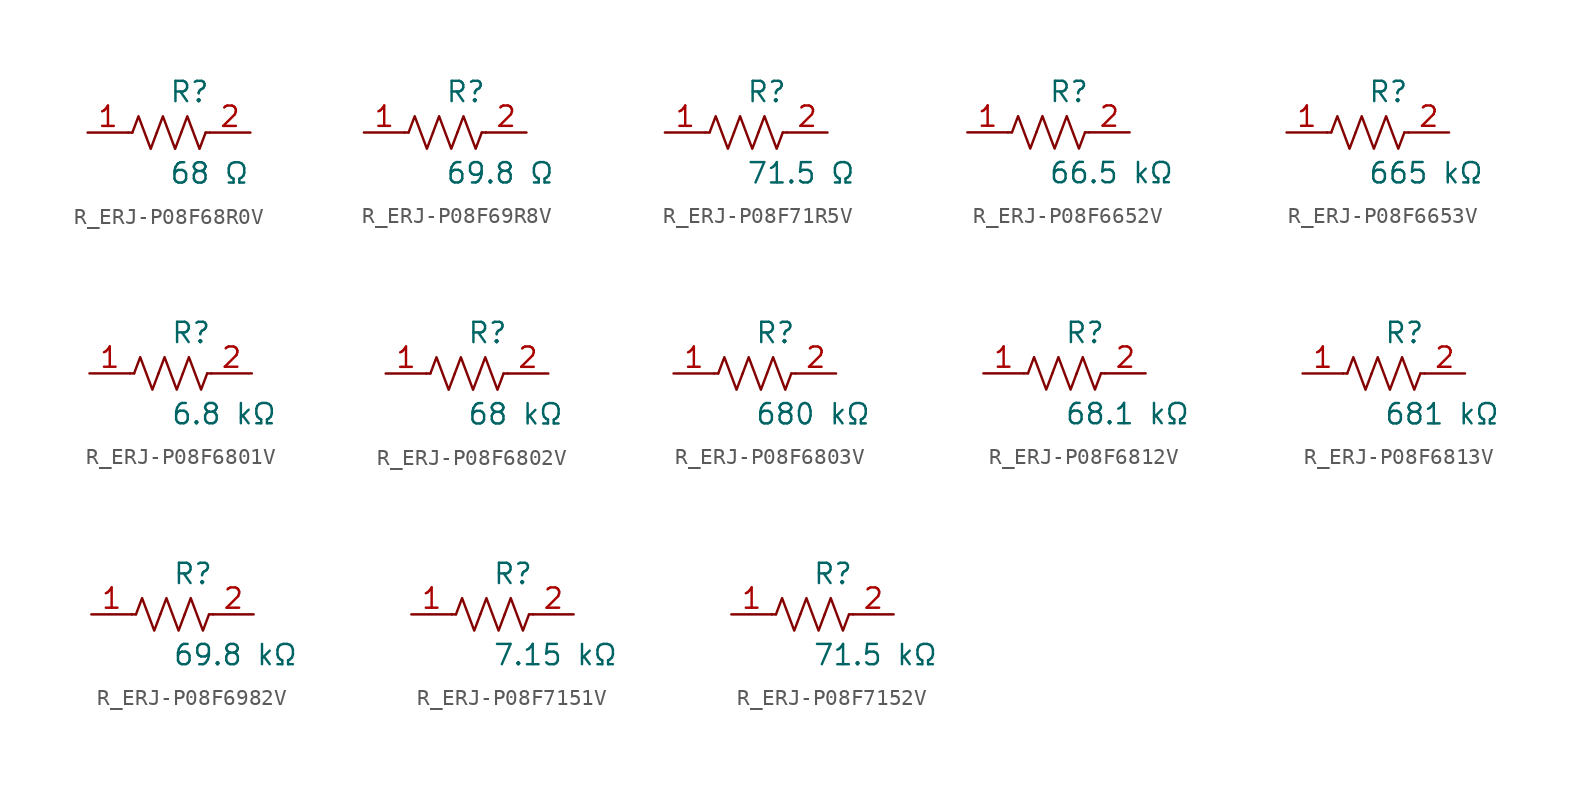
<source format=kicad_sym>
(kicad_symbol_lib
  (version 20231120)
  (generator kicad_symbol_editor)
  (generator_version 8.0)
  (symbol "R_ERJ-P08F68R0V"
    (pin_names
      (offset 0.254))
    (property "Reference" "R"
      (at 0.0 2.54 0)
      (effects (font (size 1.27 1.27)) (justify left)))
    (property "Value" "68 Ω"
      (at 0.0 -2.54 0)
      (effects (font (size 1.27 1.27)) (justify left)))
    (symbol "R_ERJ-P08F68R0V_0_1"
      (polyline (pts (xy 2.286 0) (xy 2.54 0)) (stroke (width 0) (type default)) (fill (type none)))
      (polyline (pts (xy -2.286 0) (xy -2.54 0)) (stroke (width 0) (type default)) (fill (type none)))
      (polyline (pts (xy 0.762 0) (xy 1.143 1.016) (xy 1.524 0) (xy 1.905 -1.016) (xy 2.286 0)) (stroke (width 0) (type default)) (fill (type none)))
      (polyline (pts (xy -0.762 0) (xy -0.381 1.016) (xy 0 0) (xy 0.381 -1.016) (xy 0.762 0)) (stroke (width 0) (type default)) (fill (type none)))
      (polyline (pts (xy -2.286 0) (xy -1.905 1.016) (xy -1.524 0) (xy -1.143 -1.016) (xy -0.762 0)) (stroke (width 0) (type default)) (fill (type none))))
    (pin unspecified line
      (at -5.08 0 0)
      (length 2.54)
      (name "" (effects (font (size 1.27 1.27))))
      (number "1" (effects (font (size 1.27 1.27)))))
    (pin unspecified line
      (at 5.08 0 180)
      (length 2.54)
      (name "" (effects (font (size 1.27 1.27))))
      (number "2" (effects (font (size 1.27 1.27))))))
  (symbol "R_ERJ-P08F69R8V"
    (pin_names
      (offset 0.254))
    (property "Reference" "R"
      (at 0.0 2.54 0)
      (effects (font (size 1.27 1.27)) (justify left)))
    (property "Value" "69.8 Ω"
      (at 0.0 -2.54 0)
      (effects (font (size 1.27 1.27)) (justify left)))
    (symbol "R_ERJ-P08F69R8V_0_1"
      (polyline (pts (xy 2.286 0) (xy 2.54 0)) (stroke (width 0) (type default)) (fill (type none)))
      (polyline (pts (xy -2.286 0) (xy -2.54 0)) (stroke (width 0) (type default)) (fill (type none)))
      (polyline (pts (xy 0.762 0) (xy 1.143 1.016) (xy 1.524 0) (xy 1.905 -1.016) (xy 2.286 0)) (stroke (width 0) (type default)) (fill (type none)))
      (polyline (pts (xy -0.762 0) (xy -0.381 1.016) (xy 0 0) (xy 0.381 -1.016) (xy 0.762 0)) (stroke (width 0) (type default)) (fill (type none)))
      (polyline (pts (xy -2.286 0) (xy -1.905 1.016) (xy -1.524 0) (xy -1.143 -1.016) (xy -0.762 0)) (stroke (width 0) (type default)) (fill (type none))))
    (pin unspecified line
      (at -5.08 0 0)
      (length 2.54)
      (name "" (effects (font (size 1.27 1.27))))
      (number "1" (effects (font (size 1.27 1.27)))))
    (pin unspecified line
      (at 5.08 0 180)
      (length 2.54)
      (name "" (effects (font (size 1.27 1.27))))
      (number "2" (effects (font (size 1.27 1.27))))))
  (symbol "R_ERJ-P08F71R5V"
    (pin_names
      (offset 0.254))
    (property "Reference" "R"
      (at 0.0 2.54 0)
      (effects (font (size 1.27 1.27)) (justify left)))
    (property "Value" "71.5 Ω"
      (at 0.0 -2.54 0)
      (effects (font (size 1.27 1.27)) (justify left)))
    (symbol "R_ERJ-P08F71R5V_0_1"
      (polyline (pts (xy 2.286 0) (xy 2.54 0)) (stroke (width 0) (type default)) (fill (type none)))
      (polyline (pts (xy -2.286 0) (xy -2.54 0)) (stroke (width 0) (type default)) (fill (type none)))
      (polyline (pts (xy 0.762 0) (xy 1.143 1.016) (xy 1.524 0) (xy 1.905 -1.016) (xy 2.286 0)) (stroke (width 0) (type default)) (fill (type none)))
      (polyline (pts (xy -0.762 0) (xy -0.381 1.016) (xy 0 0) (xy 0.381 -1.016) (xy 0.762 0)) (stroke (width 0) (type default)) (fill (type none)))
      (polyline (pts (xy -2.286 0) (xy -1.905 1.016) (xy -1.524 0) (xy -1.143 -1.016) (xy -0.762 0)) (stroke (width 0) (type default)) (fill (type none))))
    (pin unspecified line
      (at -5.08 0 0)
      (length 2.54)
      (name "" (effects (font (size 1.27 1.27))))
      (number "1" (effects (font (size 1.27 1.27)))))
    (pin unspecified line
      (at 5.08 0 180)
      (length 2.54)
      (name "" (effects (font (size 1.27 1.27))))
      (number "2" (effects (font (size 1.27 1.27))))))
  (symbol "R_ERJ-P08F6652V"
    (pin_names
      (offset 0.254))
    (property "Reference" "R"
      (at 0.0 2.54 0)
      (effects (font (size 1.27 1.27)) (justify left)))
    (property "Value" "66.5 kΩ"
      (at 0.0 -2.54 0)
      (effects (font (size 1.27 1.27)) (justify left)))
    (symbol "R_ERJ-P08F6652V_0_1"
      (polyline (pts (xy 2.286 0) (xy 2.54 0)) (stroke (width 0) (type default)) (fill (type none)))
      (polyline (pts (xy -2.286 0) (xy -2.54 0)) (stroke (width 0) (type default)) (fill (type none)))
      (polyline (pts (xy 0.762 0) (xy 1.143 1.016) (xy 1.524 0) (xy 1.905 -1.016) (xy 2.286 0)) (stroke (width 0) (type default)) (fill (type none)))
      (polyline (pts (xy -0.762 0) (xy -0.381 1.016) (xy 0 0) (xy 0.381 -1.016) (xy 0.762 0)) (stroke (width 0) (type default)) (fill (type none)))
      (polyline (pts (xy -2.286 0) (xy -1.905 1.016) (xy -1.524 0) (xy -1.143 -1.016) (xy -0.762 0)) (stroke (width 0) (type default)) (fill (type none))))
    (pin unspecified line
      (at -5.08 0 0)
      (length 2.54)
      (name "" (effects (font (size 1.27 1.27))))
      (number "1" (effects (font (size 1.27 1.27)))))
    (pin unspecified line
      (at 5.08 0 180)
      (length 2.54)
      (name "" (effects (font (size 1.27 1.27))))
      (number "2" (effects (font (size 1.27 1.27))))))
  (symbol "R_ERJ-P08F6653V"
    (pin_names
      (offset 0.254))
    (property "Reference" "R"
      (at 0.0 2.54 0)
      (effects (font (size 1.27 1.27)) (justify left)))
    (property "Value" "665 kΩ"
      (at 0.0 -2.54 0)
      (effects (font (size 1.27 1.27)) (justify left)))
    (symbol "R_ERJ-P08F6653V_0_1"
      (polyline (pts (xy 2.286 0) (xy 2.54 0)) (stroke (width 0) (type default)) (fill (type none)))
      (polyline (pts (xy -2.286 0) (xy -2.54 0)) (stroke (width 0) (type default)) (fill (type none)))
      (polyline (pts (xy 0.762 0) (xy 1.143 1.016) (xy 1.524 0) (xy 1.905 -1.016) (xy 2.286 0)) (stroke (width 0) (type default)) (fill (type none)))
      (polyline (pts (xy -0.762 0) (xy -0.381 1.016) (xy 0 0) (xy 0.381 -1.016) (xy 0.762 0)) (stroke (width 0) (type default)) (fill (type none)))
      (polyline (pts (xy -2.286 0) (xy -1.905 1.016) (xy -1.524 0) (xy -1.143 -1.016) (xy -0.762 0)) (stroke (width 0) (type default)) (fill (type none))))
    (pin unspecified line
      (at -5.08 0 0)
      (length 2.54)
      (name "" (effects (font (size 1.27 1.27))))
      (number "1" (effects (font (size 1.27 1.27)))))
    (pin unspecified line
      (at 5.08 0 180)
      (length 2.54)
      (name "" (effects (font (size 1.27 1.27))))
      (number "2" (effects (font (size 1.27 1.27))))))
  (symbol "R_ERJ-P08F6801V"
    (pin_names
      (offset 0.254))
    (property "Reference" "R"
      (at 0.0 2.54 0)
      (effects (font (size 1.27 1.27)) (justify left)))
    (property "Value" "6.8 kΩ"
      (at 0.0 -2.54 0)
      (effects (font (size 1.27 1.27)) (justify left)))
    (symbol "R_ERJ-P08F6801V_0_1"
      (polyline (pts (xy 2.286 0) (xy 2.54 0)) (stroke (width 0) (type default)) (fill (type none)))
      (polyline (pts (xy -2.286 0) (xy -2.54 0)) (stroke (width 0) (type default)) (fill (type none)))
      (polyline (pts (xy 0.762 0) (xy 1.143 1.016) (xy 1.524 0) (xy 1.905 -1.016) (xy 2.286 0)) (stroke (width 0) (type default)) (fill (type none)))
      (polyline (pts (xy -0.762 0) (xy -0.381 1.016) (xy 0 0) (xy 0.381 -1.016) (xy 0.762 0)) (stroke (width 0) (type default)) (fill (type none)))
      (polyline (pts (xy -2.286 0) (xy -1.905 1.016) (xy -1.524 0) (xy -1.143 -1.016) (xy -0.762 0)) (stroke (width 0) (type default)) (fill (type none))))
    (pin unspecified line
      (at -5.08 0 0)
      (length 2.54)
      (name "" (effects (font (size 1.27 1.27))))
      (number "1" (effects (font (size 1.27 1.27)))))
    (pin unspecified line
      (at 5.08 0 180)
      (length 2.54)
      (name "" (effects (font (size 1.27 1.27))))
      (number "2" (effects (font (size 1.27 1.27))))))
  (symbol "R_ERJ-P08F6802V"
    (pin_names
      (offset 0.254))
    (property "Reference" "R"
      (at 0.0 2.54 0)
      (effects (font (size 1.27 1.27)) (justify left)))
    (property "Value" "68 kΩ"
      (at 0.0 -2.54 0)
      (effects (font (size 1.27 1.27)) (justify left)))
    (symbol "R_ERJ-P08F6802V_0_1"
      (polyline (pts (xy 2.286 0) (xy 2.54 0)) (stroke (width 0) (type default)) (fill (type none)))
      (polyline (pts (xy -2.286 0) (xy -2.54 0)) (stroke (width 0) (type default)) (fill (type none)))
      (polyline (pts (xy 0.762 0) (xy 1.143 1.016) (xy 1.524 0) (xy 1.905 -1.016) (xy 2.286 0)) (stroke (width 0) (type default)) (fill (type none)))
      (polyline (pts (xy -0.762 0) (xy -0.381 1.016) (xy 0 0) (xy 0.381 -1.016) (xy 0.762 0)) (stroke (width 0) (type default)) (fill (type none)))
      (polyline (pts (xy -2.286 0) (xy -1.905 1.016) (xy -1.524 0) (xy -1.143 -1.016) (xy -0.762 0)) (stroke (width 0) (type default)) (fill (type none))))
    (pin unspecified line
      (at -5.08 0 0)
      (length 2.54)
      (name "" (effects (font (size 1.27 1.27))))
      (number "1" (effects (font (size 1.27 1.27)))))
    (pin unspecified line
      (at 5.08 0 180)
      (length 2.54)
      (name "" (effects (font (size 1.27 1.27))))
      (number "2" (effects (font (size 1.27 1.27))))))
  (symbol "R_ERJ-P08F6803V"
    (pin_names
      (offset 0.254))
    (property "Reference" "R"
      (at 0.0 2.54 0)
      (effects (font (size 1.27 1.27)) (justify left)))
    (property "Value" "680 kΩ"
      (at 0.0 -2.54 0)
      (effects (font (size 1.27 1.27)) (justify left)))
    (symbol "R_ERJ-P08F6803V_0_1"
      (polyline (pts (xy 2.286 0) (xy 2.54 0)) (stroke (width 0) (type default)) (fill (type none)))
      (polyline (pts (xy -2.286 0) (xy -2.54 0)) (stroke (width 0) (type default)) (fill (type none)))
      (polyline (pts (xy 0.762 0) (xy 1.143 1.016) (xy 1.524 0) (xy 1.905 -1.016) (xy 2.286 0)) (stroke (width 0) (type default)) (fill (type none)))
      (polyline (pts (xy -0.762 0) (xy -0.381 1.016) (xy 0 0) (xy 0.381 -1.016) (xy 0.762 0)) (stroke (width 0) (type default)) (fill (type none)))
      (polyline (pts (xy -2.286 0) (xy -1.905 1.016) (xy -1.524 0) (xy -1.143 -1.016) (xy -0.762 0)) (stroke (width 0) (type default)) (fill (type none))))
    (pin unspecified line
      (at -5.08 0 0)
      (length 2.54)
      (name "" (effects (font (size 1.27 1.27))))
      (number "1" (effects (font (size 1.27 1.27)))))
    (pin unspecified line
      (at 5.08 0 180)
      (length 2.54)
      (name "" (effects (font (size 1.27 1.27))))
      (number "2" (effects (font (size 1.27 1.27))))))
  (symbol "R_ERJ-P08F6812V"
    (pin_names
      (offset 0.254))
    (property "Reference" "R"
      (at 0.0 2.54 0)
      (effects (font (size 1.27 1.27)) (justify left)))
    (property "Value" "68.1 kΩ"
      (at 0.0 -2.54 0)
      (effects (font (size 1.27 1.27)) (justify left)))
    (symbol "R_ERJ-P08F6812V_0_1"
      (polyline (pts (xy 2.286 0) (xy 2.54 0)) (stroke (width 0) (type default)) (fill (type none)))
      (polyline (pts (xy -2.286 0) (xy -2.54 0)) (stroke (width 0) (type default)) (fill (type none)))
      (polyline (pts (xy 0.762 0) (xy 1.143 1.016) (xy 1.524 0) (xy 1.905 -1.016) (xy 2.286 0)) (stroke (width 0) (type default)) (fill (type none)))
      (polyline (pts (xy -0.762 0) (xy -0.381 1.016) (xy 0 0) (xy 0.381 -1.016) (xy 0.762 0)) (stroke (width 0) (type default)) (fill (type none)))
      (polyline (pts (xy -2.286 0) (xy -1.905 1.016) (xy -1.524 0) (xy -1.143 -1.016) (xy -0.762 0)) (stroke (width 0) (type default)) (fill (type none))))
    (pin unspecified line
      (at -5.08 0 0)
      (length 2.54)
      (name "" (effects (font (size 1.27 1.27))))
      (number "1" (effects (font (size 1.27 1.27)))))
    (pin unspecified line
      (at 5.08 0 180)
      (length 2.54)
      (name "" (effects (font (size 1.27 1.27))))
      (number "2" (effects (font (size 1.27 1.27))))))
  (symbol "R_ERJ-P08F6813V"
    (pin_names
      (offset 0.254))
    (property "Reference" "R"
      (at 0.0 2.54 0)
      (effects (font (size 1.27 1.27)) (justify left)))
    (property "Value" "681 kΩ"
      (at 0.0 -2.54 0)
      (effects (font (size 1.27 1.27)) (justify left)))
    (symbol "R_ERJ-P08F6813V_0_1"
      (polyline (pts (xy 2.286 0) (xy 2.54 0)) (stroke (width 0) (type default)) (fill (type none)))
      (polyline (pts (xy -2.286 0) (xy -2.54 0)) (stroke (width 0) (type default)) (fill (type none)))
      (polyline (pts (xy 0.762 0) (xy 1.143 1.016) (xy 1.524 0) (xy 1.905 -1.016) (xy 2.286 0)) (stroke (width 0) (type default)) (fill (type none)))
      (polyline (pts (xy -0.762 0) (xy -0.381 1.016) (xy 0 0) (xy 0.381 -1.016) (xy 0.762 0)) (stroke (width 0) (type default)) (fill (type none)))
      (polyline (pts (xy -2.286 0) (xy -1.905 1.016) (xy -1.524 0) (xy -1.143 -1.016) (xy -0.762 0)) (stroke (width 0) (type default)) (fill (type none))))
    (pin unspecified line
      (at -5.08 0 0)
      (length 2.54)
      (name "" (effects (font (size 1.27 1.27))))
      (number "1" (effects (font (size 1.27 1.27)))))
    (pin unspecified line
      (at 5.08 0 180)
      (length 2.54)
      (name "" (effects (font (size 1.27 1.27))))
      (number "2" (effects (font (size 1.27 1.27))))))
  (symbol "R_ERJ-P08F6982V"
    (pin_names
      (offset 0.254))
    (property "Reference" "R"
      (at 0.0 2.54 0)
      (effects (font (size 1.27 1.27)) (justify left)))
    (property "Value" "69.8 kΩ"
      (at 0.0 -2.54 0)
      (effects (font (size 1.27 1.27)) (justify left)))
    (symbol "R_ERJ-P08F6982V_0_1"
      (polyline (pts (xy 2.286 0) (xy 2.54 0)) (stroke (width 0) (type default)) (fill (type none)))
      (polyline (pts (xy -2.286 0) (xy -2.54 0)) (stroke (width 0) (type default)) (fill (type none)))
      (polyline (pts (xy 0.762 0) (xy 1.143 1.016) (xy 1.524 0) (xy 1.905 -1.016) (xy 2.286 0)) (stroke (width 0) (type default)) (fill (type none)))
      (polyline (pts (xy -0.762 0) (xy -0.381 1.016) (xy 0 0) (xy 0.381 -1.016) (xy 0.762 0)) (stroke (width 0) (type default)) (fill (type none)))
      (polyline (pts (xy -2.286 0) (xy -1.905 1.016) (xy -1.524 0) (xy -1.143 -1.016) (xy -0.762 0)) (stroke (width 0) (type default)) (fill (type none))))
    (pin unspecified line
      (at -5.08 0 0)
      (length 2.54)
      (name "" (effects (font (size 1.27 1.27))))
      (number "1" (effects (font (size 1.27 1.27)))))
    (pin unspecified line
      (at 5.08 0 180)
      (length 2.54)
      (name "" (effects (font (size 1.27 1.27))))
      (number "2" (effects (font (size 1.27 1.27))))))
  (symbol "R_ERJ-P08F7151V"
    (pin_names
      (offset 0.254))
    (property "Reference" "R"
      (at 0.0 2.54 0)
      (effects (font (size 1.27 1.27)) (justify left)))
    (property "Value" "7.15 kΩ"
      (at 0.0 -2.54 0)
      (effects (font (size 1.27 1.27)) (justify left)))
    (symbol "R_ERJ-P08F7151V_0_1"
      (polyline (pts (xy 2.286 0) (xy 2.54 0)) (stroke (width 0) (type default)) (fill (type none)))
      (polyline (pts (xy -2.286 0) (xy -2.54 0)) (stroke (width 0) (type default)) (fill (type none)))
      (polyline (pts (xy 0.762 0) (xy 1.143 1.016) (xy 1.524 0) (xy 1.905 -1.016) (xy 2.286 0)) (stroke (width 0) (type default)) (fill (type none)))
      (polyline (pts (xy -0.762 0) (xy -0.381 1.016) (xy 0 0) (xy 0.381 -1.016) (xy 0.762 0)) (stroke (width 0) (type default)) (fill (type none)))
      (polyline (pts (xy -2.286 0) (xy -1.905 1.016) (xy -1.524 0) (xy -1.143 -1.016) (xy -0.762 0)) (stroke (width 0) (type default)) (fill (type none))))
    (pin unspecified line
      (at -5.08 0 0)
      (length 2.54)
      (name "" (effects (font (size 1.27 1.27))))
      (number "1" (effects (font (size 1.27 1.27)))))
    (pin unspecified line
      (at 5.08 0 180)
      (length 2.54)
      (name "" (effects (font (size 1.27 1.27))))
      (number "2" (effects (font (size 1.27 1.27))))))
  (symbol "R_ERJ-P08F7152V"
    (pin_names
      (offset 0.254))
    (property "Reference" "R"
      (at 0.0 2.54 0)
      (effects (font (size 1.27 1.27)) (justify left)))
    (property "Value" "71.5 kΩ"
      (at 0.0 -2.54 0)
      (effects (font (size 1.27 1.27)) (justify left)))
    (symbol "R_ERJ-P08F7152V_0_1"
      (polyline (pts (xy 2.286 0) (xy 2.54 0)) (stroke (width 0) (type default)) (fill (type none)))
      (polyline (pts (xy -2.286 0) (xy -2.54 0)) (stroke (width 0) (type default)) (fill (type none)))
      (polyline (pts (xy 0.762 0) (xy 1.143 1.016) (xy 1.524 0) (xy 1.905 -1.016) (xy 2.286 0)) (stroke (width 0) (type default)) (fill (type none)))
      (polyline (pts (xy -0.762 0) (xy -0.381 1.016) (xy 0 0) (xy 0.381 -1.016) (xy 0.762 0)) (stroke (width 0) (type default)) (fill (type none)))
      (polyline (pts (xy -2.286 0) (xy -1.905 1.016) (xy -1.524 0) (xy -1.143 -1.016) (xy -0.762 0)) (stroke (width 0) (type default)) (fill (type none))))
    (pin unspecified line
      (at -5.08 0 0)
      (length 2.54)
      (name "" (effects (font (size 1.27 1.27))))
      (number "1" (effects (font (size 1.27 1.27)))))
    (pin unspecified line
      (at 5.08 0 180)
      (length 2.54)
      (name "" (effects (font (size 1.27 1.27))))
      (number "2" (effects (font (size 1.27 1.27)))))))
</source>
